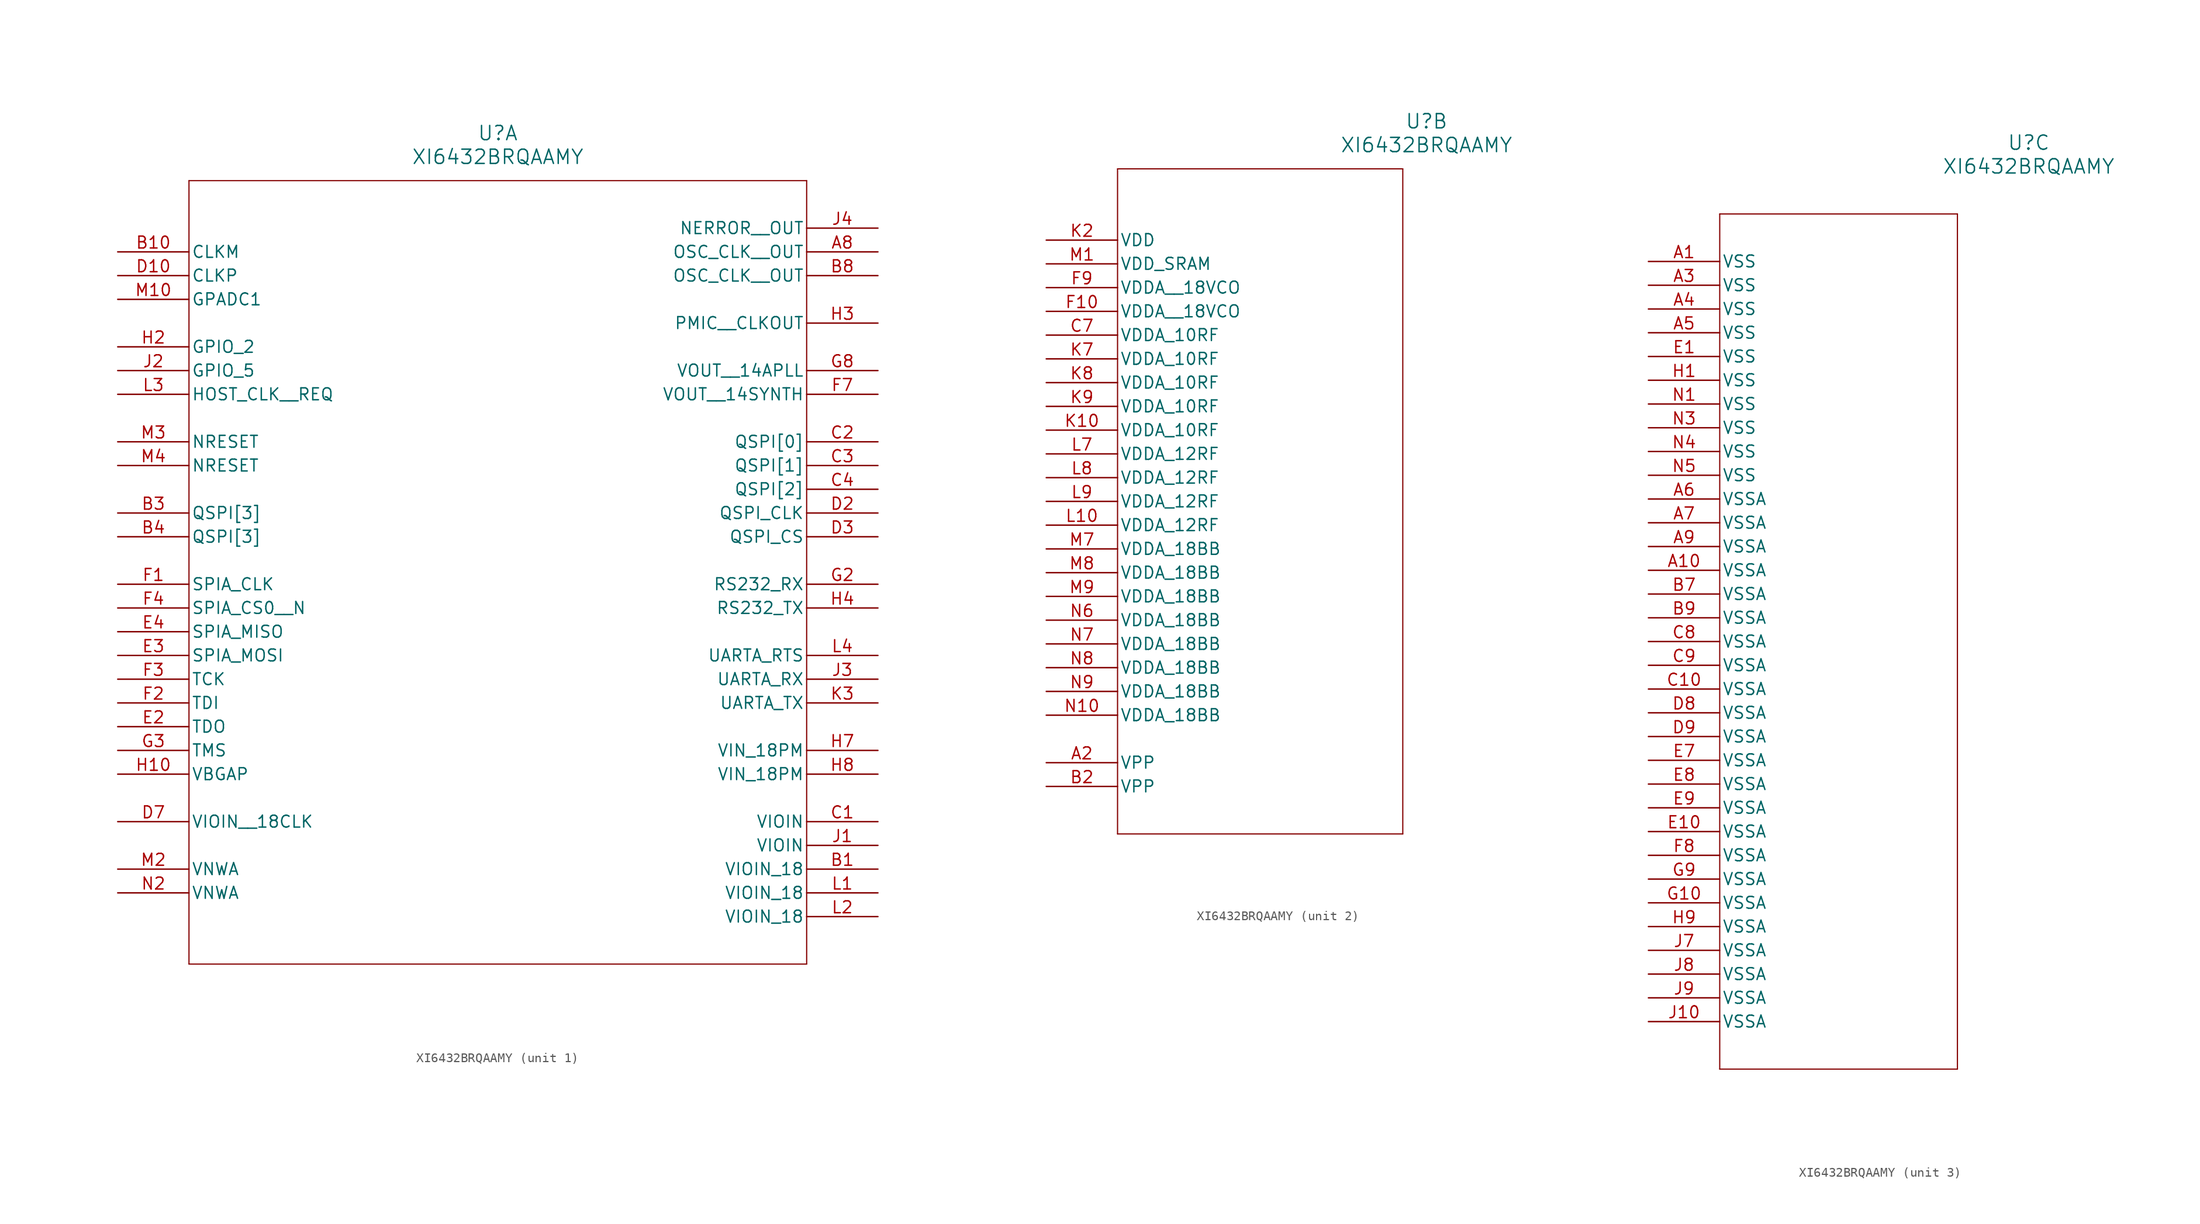
<source format=kicad_sym>
(kicad_symbol_lib
  (version 20211014)
  (generator kicad_symbol_editor)
  (symbol "XI6432BRQAAMY"
    (pin_names
      (offset 0.254))
    (property "Reference" "U"
      (at 40.64 12.7 0)
      (effects (font (size 1.524 1.524))))
    (property "Value" "XI6432BRQAAMY"
      (at 40.64 10.16 0)
      (effects (font (size 1.524 1.524))))
    (symbol "XI6432BRQAAMY_1_1"
      (polyline (pts (xy 7.62 7.62) (xy 7.62 -76.2)) (stroke (width 0.127) (type default) (color 0 0 0 0)) (fill (type none)))
      (polyline (pts (xy 7.62 -76.2) (xy 73.66 -76.2)) (stroke (width 0.127) (type default) (color 0 0 0 0)) (fill (type none)))
      (polyline (pts (xy 73.66 -76.2) (xy 73.66 7.62)) (stroke (width 0.127) (type default) (color 0 0 0 0)) (fill (type none)))
      (polyline (pts (xy 73.66 7.62) (xy 7.62 7.62)) (stroke (width 0.127) (type default) (color 0 0 0 0)) (fill (type none)))
      (pin output line (at 81.28 0 180) (length 7.62) (name "OSC_CLK _OUT" (effects (font (size 1.27 1.27)))) (number "A8" (effects (font (size 1.27 1.27)))))
      (pin bidirectional line (at 81.28 -66.04 180) (length 7.62) (name "VIOIN_18" (effects (font (size 1.27 1.27)))) (number "B1" (effects (font (size 1.27 1.27)))))
      (pin bidirectional line (at 0 -27.94 0) (length 7.62) (name "QSPI[3]" (effects (font (size 1.27 1.27)))) (number "B3" (effects (font (size 1.27 1.27)))))
      (pin bidirectional line (at 0 -30.48 0) (length 7.62) (name "QSPI[3]" (effects (font (size 1.27 1.27)))) (number "B4" (effects (font (size 1.27 1.27)))))
      (pin output line (at 81.28 -2.54 180) (length 7.62) (name "OSC_CLK _OUT" (effects (font (size 1.27 1.27)))) (number "B8" (effects (font (size 1.27 1.27)))))
      (pin unspecified line (at 0 0 0) (length 7.62) (name "CLKM" (effects (font (size 1.27 1.27)))) (number "B10" (effects (font (size 1.27 1.27)))))
      (pin unspecified line (at 81.28 -60.96 180) (length 7.62) (name "VIOIN" (effects (font (size 1.27 1.27)))) (number "C1" (effects (font (size 1.27 1.27)))))
      (pin bidirectional line (at 81.28 -20.32 180) (length 7.62) (name "QSPI[0]" (effects (font (size 1.27 1.27)))) (number "C2" (effects (font (size 1.27 1.27)))))
      (pin bidirectional line (at 81.28 -22.86 180) (length 7.62) (name "QSPI[1]" (effects (font (size 1.27 1.27)))) (number "C3" (effects (font (size 1.27 1.27)))))
      (pin bidirectional line (at 81.28 -25.4 180) (length 7.62) (name "QSPI[2]" (effects (font (size 1.27 1.27)))) (number "C4" (effects (font (size 1.27 1.27)))))
      (pin unspecified line (at 81.28 -27.94 180) (length 7.62) (name "QSPI_CLK" (effects (font (size 1.27 1.27)))) (number "D2" (effects (font (size 1.27 1.27)))))
      (pin unspecified line (at 81.28 -30.48 180) (length 7.62) (name "QSPI_CS" (effects (font (size 1.27 1.27)))) (number "D3" (effects (font (size 1.27 1.27)))))
      (pin unspecified line (at 0 -60.96 0) (length 7.62) (name "VIOIN _18CLK" (effects (font (size 1.27 1.27)))) (number "D7" (effects (font (size 1.27 1.27)))))
      (pin unspecified line (at 0 -2.54 0) (length 7.62) (name "CLKP" (effects (font (size 1.27 1.27)))) (number "D10" (effects (font (size 1.27 1.27)))))
      (pin unspecified line (at 0 -50.8 0) (length 7.62) (name "TDO" (effects (font (size 1.27 1.27)))) (number "E2" (effects (font (size 1.27 1.27)))))
      (pin unspecified line (at 0 -43.18 0) (length 7.62) (name "SPIA_MOSI" (effects (font (size 1.27 1.27)))) (number "E3" (effects (font (size 1.27 1.27)))))
      (pin unspecified line (at 0 -40.64 0) (length 7.62) (name "SPIA_MISO" (effects (font (size 1.27 1.27)))) (number "E4" (effects (font (size 1.27 1.27)))))
      (pin unspecified line (at 0 -35.56 0) (length 7.62) (name "SPIA_CLK" (effects (font (size 1.27 1.27)))) (number "F1" (effects (font (size 1.27 1.27)))))
      (pin unspecified line (at 0 -48.26 0) (length 7.62) (name "TDI" (effects (font (size 1.27 1.27)))) (number "F2" (effects (font (size 1.27 1.27)))))
      (pin unspecified line (at 0 -45.72 0) (length 7.62) (name "TCK" (effects (font (size 1.27 1.27)))) (number "F3" (effects (font (size 1.27 1.27)))))
      (pin unspecified line (at 0 -38.1 0) (length 7.62) (name "SPIA_CS0 _N" (effects (font (size 1.27 1.27)))) (number "F4" (effects (font (size 1.27 1.27)))))
      (pin output line (at 81.28 -15.24 180) (length 7.62) (name "VOUT _14SYNTH" (effects (font (size 1.27 1.27)))) (number "F7" (effects (font (size 1.27 1.27)))))
      (pin bidirectional line (at 81.28 -35.56 180) (length 7.62) (name "RS232_RX" (effects (font (size 1.27 1.27)))) (number "G2" (effects (font (size 1.27 1.27)))))
      (pin unspecified line (at 0 -53.34 0) (length 7.62) (name "TMS" (effects (font (size 1.27 1.27)))) (number "G3" (effects (font (size 1.27 1.27)))))
      (pin output line (at 81.28 -12.7 180) (length 7.62) (name "VOUT _14APLL" (effects (font (size 1.27 1.27)))) (number "G8" (effects (font (size 1.27 1.27)))))
      (pin bidirectional line (at 0 -10.16 0) (length 7.62) (name "GPIO_2" (effects (font (size 1.27 1.27)))) (number "H2" (effects (font (size 1.27 1.27)))))
      (pin output line (at 81.28 -7.62 180) (length 7.62) (name "PMIC _CLKOUT" (effects (font (size 1.27 1.27)))) (number "H3" (effects (font (size 1.27 1.27)))))
      (pin bidirectional line (at 81.28 -38.1 180) (length 7.62) (name "RS232_TX" (effects (font (size 1.27 1.27)))) (number "H4" (effects (font (size 1.27 1.27)))))
      (pin bidirectional line (at 81.28 -53.34 180) (length 7.62) (name "VIN_18PM" (effects (font (size 1.27 1.27)))) (number "H7" (effects (font (size 1.27 1.27)))))
      (pin bidirectional line (at 81.28 -55.88 180) (length 7.62) (name "VIN_18PM" (effects (font (size 1.27 1.27)))) (number "H8" (effects (font (size 1.27 1.27)))))
      (pin unspecified line (at 0 -55.88 0) (length 7.62) (name "VBGAP" (effects (font (size 1.27 1.27)))) (number "H10" (effects (font (size 1.27 1.27)))))
      (pin unspecified line (at 81.28 -63.5 180) (length 7.62) (name "VIOIN" (effects (font (size 1.27 1.27)))) (number "J1" (effects (font (size 1.27 1.27)))))
      (pin bidirectional line (at 0 -12.7 0) (length 7.62) (name "GPIO_5" (effects (font (size 1.27 1.27)))) (number "J2" (effects (font (size 1.27 1.27)))))
      (pin unspecified line (at 81.28 -45.72 180) (length 7.62) (name "UARTA_RX" (effects (font (size 1.27 1.27)))) (number "J3" (effects (font (size 1.27 1.27)))))
      (pin output line (at 81.28 2.54 180) (length 7.62) (name "NERROR _OUT" (effects (font (size 1.27 1.27)))) (number "J4" (effects (font (size 1.27 1.27)))))
      (pin unspecified line (at 81.28 -48.26 180) (length 7.62) (name "UARTA_TX" (effects (font (size 1.27 1.27)))) (number "K3" (effects (font (size 1.27 1.27)))))
      (pin bidirectional line (at 81.28 -68.58 180) (length 7.62) (name "VIOIN_18" (effects (font (size 1.27 1.27)))) (number "L1" (effects (font (size 1.27 1.27)))))
      (pin bidirectional line (at 81.28 -71.12 180) (length 7.62) (name "VIOIN_18" (effects (font (size 1.27 1.27)))) (number "L2" (effects (font (size 1.27 1.27)))))
      (pin unspecified line (at 0 -15.24 0) (length 7.62) (name "HOST_CLK _REQ" (effects (font (size 1.27 1.27)))) (number "L3" (effects (font (size 1.27 1.27)))))
      (pin unspecified line (at 81.28 -43.18 180) (length 7.62) (name "UARTA_RTS" (effects (font (size 1.27 1.27)))) (number "L4" (effects (font (size 1.27 1.27)))))
      (pin unspecified line (at 0 -66.04 0) (length 7.62) (name "VNWA" (effects (font (size 1.27 1.27)))) (number "M2" (effects (font (size 1.27 1.27)))))
      (pin unspecified line (at 0 -20.32 0) (length 7.62) (name "NRESET" (effects (font (size 1.27 1.27)))) (number "M3" (effects (font (size 1.27 1.27)))))
      (pin unspecified line (at 0 -22.86 0) (length 7.62) (name "NRESET" (effects (font (size 1.27 1.27)))) (number "M4" (effects (font (size 1.27 1.27)))))
      (pin unspecified line (at 0 -5.08 0) (length 7.62) (name "GPADC1" (effects (font (size 1.27 1.27)))) (number "M10" (effects (font (size 1.27 1.27)))))
      (pin unspecified line (at 0 -68.58 0) (length 7.62) (name "VNWA" (effects (font (size 1.27 1.27)))) (number "N2" (effects (font (size 1.27 1.27))))))
    (symbol "XI6432BRQAAMY_2_1"
      (polyline (pts (xy 7.62 7.62) (xy 7.62 -63.5)) (stroke (width 0.127) (type default) (color 0 0 0 0)) (fill (type none)))
      (polyline (pts (xy 7.62 -63.5) (xy 38.1 -63.5)) (stroke (width 0.127) (type default) (color 0 0 0 0)) (fill (type none)))
      (polyline (pts (xy 38.1 -63.5) (xy 38.1 7.62)) (stroke (width 0.127) (type default) (color 0 0 0 0)) (fill (type none)))
      (polyline (pts (xy 38.1 7.62) (xy 7.62 7.62)) (stroke (width 0.127) (type default) (color 0 0 0 0)) (fill (type none)))
      (pin power_in line (at 0 -55.88 0) (length 7.62) (name "VPP" (effects (font (size 1.27 1.27)))) (number "A2" (effects (font (size 1.27 1.27)))))
      (pin power_in line (at 0 -58.42 0) (length 7.62) (name "VPP" (effects (font (size 1.27 1.27)))) (number "B2" (effects (font (size 1.27 1.27)))))
      (pin power_in line (at 0 -10.16 0) (length 7.62) (name "VDDA_10RF" (effects (font (size 1.27 1.27)))) (number "C7" (effects (font (size 1.27 1.27)))))
      (pin power_in line (at 0 -5.08 0) (length 7.62) (name "VDDA _18VCO" (effects (font (size 1.27 1.27)))) (number "F9" (effects (font (size 1.27 1.27)))))
      (pin power_in line (at 0 -7.62 0) (length 7.62) (name "VDDA _18VCO" (effects (font (size 1.27 1.27)))) (number "F10" (effects (font (size 1.27 1.27)))))
      (pin power_in line (at 0 0 0) (length 7.62) (name "VDD" (effects (font (size 1.27 1.27)))) (number "K2" (effects (font (size 1.27 1.27)))))
      (pin power_in line (at 0 -12.7 0) (length 7.62) (name "VDDA_10RF" (effects (font (size 1.27 1.27)))) (number "K7" (effects (font (size 1.27 1.27)))))
      (pin power_in line (at 0 -15.24 0) (length 7.62) (name "VDDA_10RF" (effects (font (size 1.27 1.27)))) (number "K8" (effects (font (size 1.27 1.27)))))
      (pin power_in line (at 0 -17.78 0) (length 7.62) (name "VDDA_10RF" (effects (font (size 1.27 1.27)))) (number "K9" (effects (font (size 1.27 1.27)))))
      (pin power_in line (at 0 -20.32 0) (length 7.62) (name "VDDA_10RF" (effects (font (size 1.27 1.27)))) (number "K10" (effects (font (size 1.27 1.27)))))
      (pin power_in line (at 0 -22.86 0) (length 7.62) (name "VDDA_12RF" (effects (font (size 1.27 1.27)))) (number "L7" (effects (font (size 1.27 1.27)))))
      (pin power_in line (at 0 -25.4 0) (length 7.62) (name "VDDA_12RF" (effects (font (size 1.27 1.27)))) (number "L8" (effects (font (size 1.27 1.27)))))
      (pin power_in line (at 0 -27.94 0) (length 7.62) (name "VDDA_12RF" (effects (font (size 1.27 1.27)))) (number "L9" (effects (font (size 1.27 1.27)))))
      (pin power_in line (at 0 -30.48 0) (length 7.62) (name "VDDA_12RF" (effects (font (size 1.27 1.27)))) (number "L10" (effects (font (size 1.27 1.27)))))
      (pin power_in line (at 0 -2.54 0) (length 7.62) (name "VDD_SRAM" (effects (font (size 1.27 1.27)))) (number "M1" (effects (font (size 1.27 1.27)))))
      (pin power_in line (at 0 -33.02 0) (length 7.62) (name "VDDA_18BB" (effects (font (size 1.27 1.27)))) (number "M7" (effects (font (size 1.27 1.27)))))
      (pin power_in line (at 0 -35.56 0) (length 7.62) (name "VDDA_18BB" (effects (font (size 1.27 1.27)))) (number "M8" (effects (font (size 1.27 1.27)))))
      (pin power_in line (at 0 -38.1 0) (length 7.62) (name "VDDA_18BB" (effects (font (size 1.27 1.27)))) (number "M9" (effects (font (size 1.27 1.27)))))
      (pin power_in line (at 0 -40.64 0) (length 7.62) (name "VDDA_18BB" (effects (font (size 1.27 1.27)))) (number "N6" (effects (font (size 1.27 1.27)))))
      (pin power_in line (at 0 -43.18 0) (length 7.62) (name "VDDA_18BB" (effects (font (size 1.27 1.27)))) (number "N7" (effects (font (size 1.27 1.27)))))
      (pin power_in line (at 0 -45.72 0) (length 7.62) (name "VDDA_18BB" (effects (font (size 1.27 1.27)))) (number "N8" (effects (font (size 1.27 1.27)))))
      (pin power_in line (at 0 -48.26 0) (length 7.62) (name "VDDA_18BB" (effects (font (size 1.27 1.27)))) (number "N9" (effects (font (size 1.27 1.27)))))
      (pin power_in line (at 0 -50.8 0) (length 7.62) (name "VDDA_18BB" (effects (font (size 1.27 1.27)))) (number "N10" (effects (font (size 1.27 1.27))))))
    (symbol "XI6432BRQAAMY_3_1"
      (polyline (pts (xy 7.62 5.08) (xy 7.62 -86.36)) (stroke (width 0.127) (type default) (color 0 0 0 0)) (fill (type none)))
      (polyline (pts (xy 7.62 -86.36) (xy 33.02 -86.36)) (stroke (width 0.127) (type default) (color 0 0 0 0)) (fill (type none)))
      (polyline (pts (xy 33.02 -86.36) (xy 33.02 5.08)) (stroke (width 0.127) (type default) (color 0 0 0 0)) (fill (type none)))
      (polyline (pts (xy 33.02 5.08) (xy 7.62 5.08)) (stroke (width 0.127) (type default) (color 0 0 0 0)) (fill (type none)))
      (pin power_out line (at 0 0 0) (length 7.62) (name "VSS" (effects (font (size 1.27 1.27)))) (number "A1" (effects (font (size 1.27 1.27)))))
      (pin power_out line (at 0 -2.54 0) (length 7.62) (name "VSS" (effects (font (size 1.27 1.27)))) (number "A3" (effects (font (size 1.27 1.27)))))
      (pin power_out line (at 0 -5.08 0) (length 7.62) (name "VSS" (effects (font (size 1.27 1.27)))) (number "A4" (effects (font (size 1.27 1.27)))))
      (pin power_out line (at 0 -7.62 0) (length 7.62) (name "VSS" (effects (font (size 1.27 1.27)))) (number "A5" (effects (font (size 1.27 1.27)))))
      (pin power_out line (at 0 -25.4 0) (length 7.62) (name "VSSA" (effects (font (size 1.27 1.27)))) (number "A6" (effects (font (size 1.27 1.27)))))
      (pin power_out line (at 0 -27.94 0) (length 7.62) (name "VSSA" (effects (font (size 1.27 1.27)))) (number "A7" (effects (font (size 1.27 1.27)))))
      (pin power_out line (at 0 -30.48 0) (length 7.62) (name "VSSA" (effects (font (size 1.27 1.27)))) (number "A9" (effects (font (size 1.27 1.27)))))
      (pin power_out line (at 0 -33.02 0) (length 7.62) (name "VSSA" (effects (font (size 1.27 1.27)))) (number "A10" (effects (font (size 1.27 1.27)))))
      (pin power_out line (at 0 -35.56 0) (length 7.62) (name "VSSA" (effects (font (size 1.27 1.27)))) (number "B7" (effects (font (size 1.27 1.27)))))
      (pin power_out line (at 0 -38.1 0) (length 7.62) (name "VSSA" (effects (font (size 1.27 1.27)))) (number "B9" (effects (font (size 1.27 1.27)))))
      (pin power_out line (at 0 -40.64 0) (length 7.62) (name "VSSA" (effects (font (size 1.27 1.27)))) (number "C8" (effects (font (size 1.27 1.27)))))
      (pin power_out line (at 0 -43.18 0) (length 7.62) (name "VSSA" (effects (font (size 1.27 1.27)))) (number "C9" (effects (font (size 1.27 1.27)))))
      (pin power_out line (at 0 -45.72 0) (length 7.62) (name "VSSA" (effects (font (size 1.27 1.27)))) (number "C10" (effects (font (size 1.27 1.27)))))
      (pin power_out line (at 0 -48.26 0) (length 7.62) (name "VSSA" (effects (font (size 1.27 1.27)))) (number "D8" (effects (font (size 1.27 1.27)))))
      (pin power_out line (at 0 -50.8 0) (length 7.62) (name "VSSA" (effects (font (size 1.27 1.27)))) (number "D9" (effects (font (size 1.27 1.27)))))
      (pin power_out line (at 0 -10.16 0) (length 7.62) (name "VSS" (effects (font (size 1.27 1.27)))) (number "E1" (effects (font (size 1.27 1.27)))))
      (pin power_out line (at 0 -53.34 0) (length 7.62) (name "VSSA" (effects (font (size 1.27 1.27)))) (number "E7" (effects (font (size 1.27 1.27)))))
      (pin power_out line (at 0 -55.88 0) (length 7.62) (name "VSSA" (effects (font (size 1.27 1.27)))) (number "E8" (effects (font (size 1.27 1.27)))))
      (pin power_out line (at 0 -58.42 0) (length 7.62) (name "VSSA" (effects (font (size 1.27 1.27)))) (number "E9" (effects (font (size 1.27 1.27)))))
      (pin power_out line (at 0 -60.96 0) (length 7.62) (name "VSSA" (effects (font (size 1.27 1.27)))) (number "E10" (effects (font (size 1.27 1.27)))))
      (pin power_out line (at 0 -63.5 0) (length 7.62) (name "VSSA" (effects (font (size 1.27 1.27)))) (number "F8" (effects (font (size 1.27 1.27)))))
      (pin power_out line (at 0 -66.04 0) (length 7.62) (name "VSSA" (effects (font (size 1.27 1.27)))) (number "G9" (effects (font (size 1.27 1.27)))))
      (pin power_out line (at 0 -68.58 0) (length 7.62) (name "VSSA" (effects (font (size 1.27 1.27)))) (number "G10" (effects (font (size 1.27 1.27)))))
      (pin power_out line (at 0 -12.7 0) (length 7.62) (name "VSS" (effects (font (size 1.27 1.27)))) (number "H1" (effects (font (size 1.27 1.27)))))
      (pin power_out line (at 0 -71.12 0) (length 7.62) (name "VSSA" (effects (font (size 1.27 1.27)))) (number "H9" (effects (font (size 1.27 1.27)))))
      (pin power_out line (at 0 -73.66 0) (length 7.62) (name "VSSA" (effects (font (size 1.27 1.27)))) (number "J7" (effects (font (size 1.27 1.27)))))
      (pin power_out line (at 0 -76.2 0) (length 7.62) (name "VSSA" (effects (font (size 1.27 1.27)))) (number "J8" (effects (font (size 1.27 1.27)))))
      (pin power_out line (at 0 -78.74 0) (length 7.62) (name "VSSA" (effects (font (size 1.27 1.27)))) (number "J9" (effects (font (size 1.27 1.27)))))
      (pin power_out line (at 0 -81.28 0) (length 7.62) (name "VSSA" (effects (font (size 1.27 1.27)))) (number "J10" (effects (font (size 1.27 1.27)))))
      (pin power_out line (at 0 -15.24 0) (length 7.62) (name "VSS" (effects (font (size 1.27 1.27)))) (number "N1" (effects (font (size 1.27 1.27)))))
      (pin power_out line (at 0 -17.78 0) (length 7.62) (name "VSS" (effects (font (size 1.27 1.27)))) (number "N3" (effects (font (size 1.27 1.27)))))
      (pin power_out line (at 0 -20.32 0) (length 7.62) (name "VSS" (effects (font (size 1.27 1.27)))) (number "N4" (effects (font (size 1.27 1.27)))))
      (pin power_out line (at 0 -22.86 0) (length 7.62) (name "VSS" (effects (font (size 1.27 1.27)))) (number "N5" (effects (font (size 1.27 1.27))))))))
</source>
